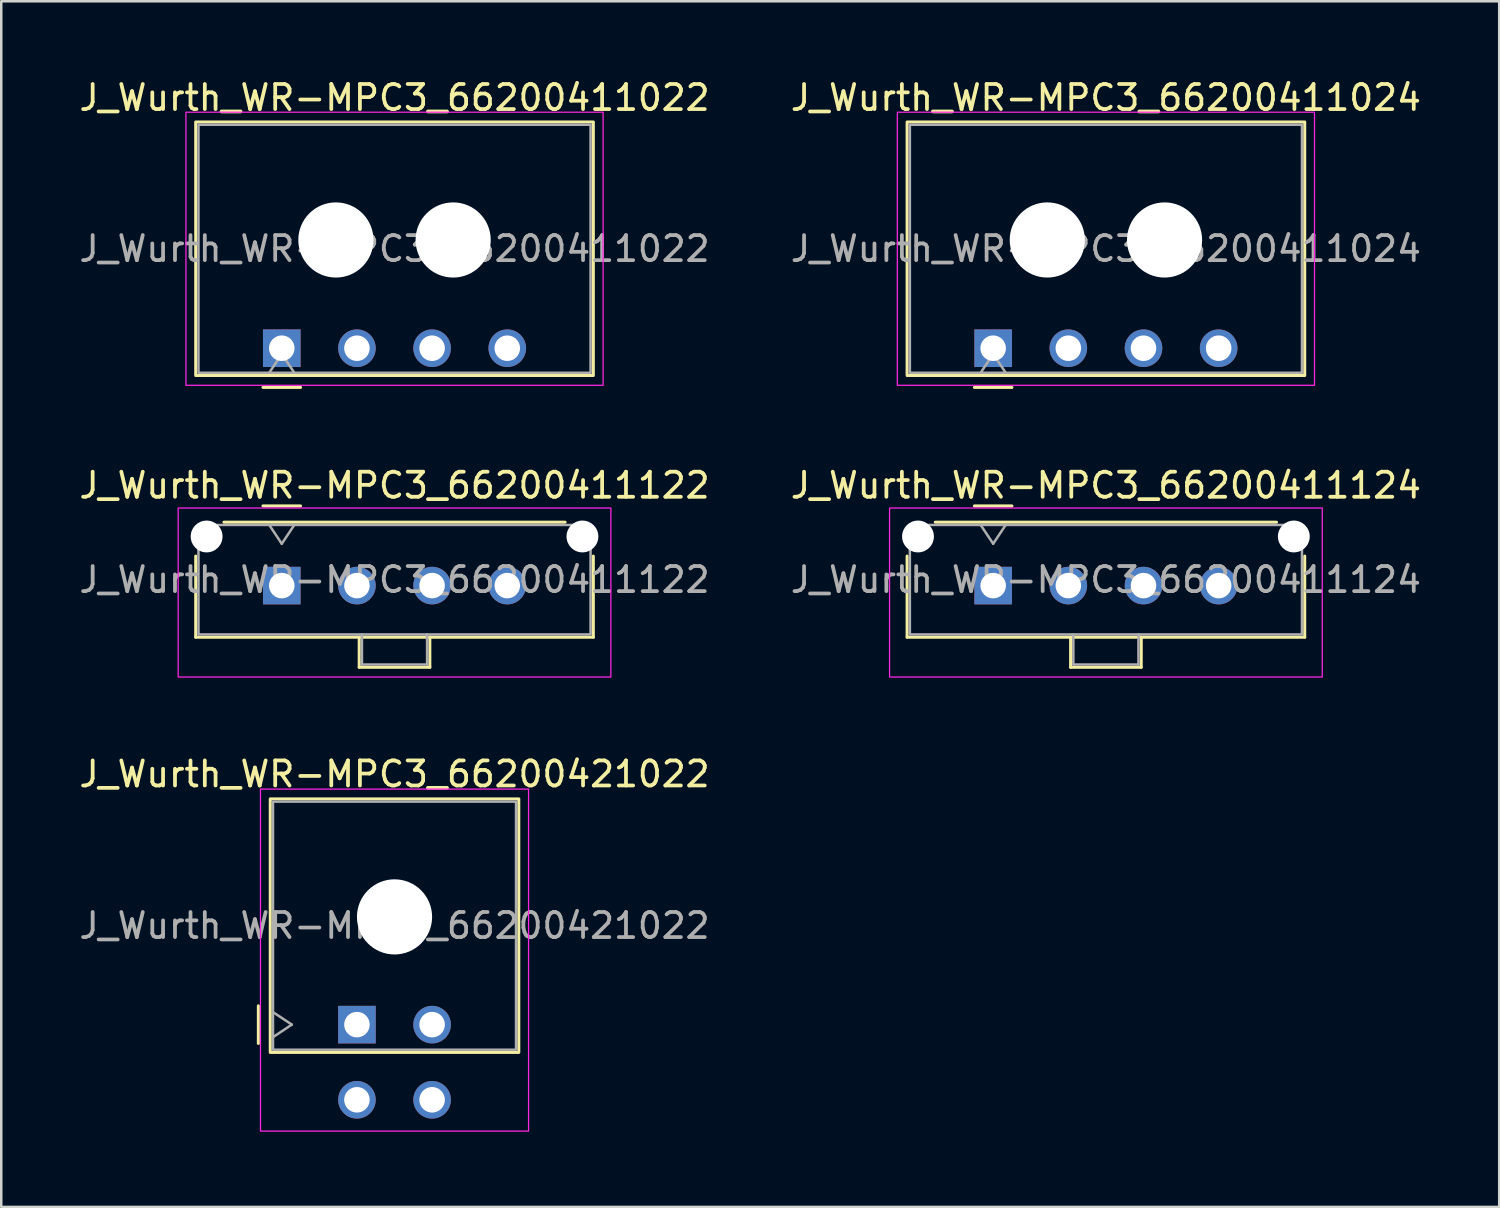
<source format=kicad_pcb>
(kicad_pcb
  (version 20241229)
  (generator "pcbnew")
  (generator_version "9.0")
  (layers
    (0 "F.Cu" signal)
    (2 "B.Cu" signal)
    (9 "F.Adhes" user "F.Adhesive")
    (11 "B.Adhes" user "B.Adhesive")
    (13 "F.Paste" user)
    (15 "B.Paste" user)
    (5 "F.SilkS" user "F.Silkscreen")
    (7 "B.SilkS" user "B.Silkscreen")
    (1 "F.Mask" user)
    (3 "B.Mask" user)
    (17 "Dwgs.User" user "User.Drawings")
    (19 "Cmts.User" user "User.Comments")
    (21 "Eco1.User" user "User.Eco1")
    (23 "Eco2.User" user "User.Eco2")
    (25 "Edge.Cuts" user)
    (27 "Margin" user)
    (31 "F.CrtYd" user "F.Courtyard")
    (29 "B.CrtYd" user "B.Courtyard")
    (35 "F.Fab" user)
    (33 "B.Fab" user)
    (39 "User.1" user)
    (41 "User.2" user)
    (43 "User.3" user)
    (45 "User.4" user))
  (footprint "J_Wurth_WR-MPC3_66200411024"
    (layer "F.Cu")
    (at 36.589 10.848)
    (property "Reference" "J_Wurth_WR-MPC3_66200411024" (at 4.5 -10 0) (unlocked yes) (layer "F.SilkS") (effects (font (size 1 1) (thickness 0.15))))
    (attr through_hole)
    (fp_line (start -0.75 1.565) (end 0.75 1.565) (stroke (width 0.12) (type solid)) (layer "F.SilkS"))
    (fp_rect (start -3.435 -9.03) (end 12.435 1.09) (stroke (width 0.12) (type solid)) (fill no) (layer "F.SilkS"))
    (fp_rect (start -3.825 -9.42) (end 12.825 1.48) (stroke (width 0.05) (type solid)) (fill no) (layer "F.CrtYd"))
    (fp_line (start 0 0.23) (end -0.5 0.98) (stroke (width 0.1) (type solid)) (layer "F.Fab"))
    (fp_line (start 0 0.23) (end 0.5 0.98) (stroke (width 0.1) (type solid)) (layer "F.Fab"))
    (fp_rect (start -3.325 -8.92) (end 12.325 0.98) (stroke (width 0.1) (type solid)) (fill no) (layer "F.Fab"))
    (fp_text user "${REFERENCE}" (at 4.5 -3.97 0) (unlocked yes) (layer "F.Fab") (effects (font (size 1 1) (thickness 0.15))))
    (pad "" np_thru_hole circle (at 2.16 -4.32 180) (size 3 3) (drill 3) (layers "*.Cu" "*.Mask"))
    (pad "" np_thru_hole circle (at 6.84 -4.32 180) (size 3 3) (drill 3) (layers "*.Cu" "*.Mask"))
    (pad "1" thru_hole rect (at 0 0 180) (size 1.5 1.5) (drill 1.02) (layers "*.Cu" "*.Mask"))
    (pad "2" thru_hole circle (at 3 0 180) (size 1.5 1.5) (drill 1.02) (layers "*.Cu" "*.Mask"))
    (pad "3" thru_hole circle (at 6 0 180) (size 1.5 1.5) (drill 1.02) (layers "*.Cu" "*.Mask"))
    (pad "4" thru_hole circle (at 9 0 180) (size 1.5 1.5) (drill 1.02) (layers "*.Cu" "*.Mask")))
  (footprint "J_Wurth_WR-MPC3_66200411122"
    (layer "F.Cu")
    (at 8.196 20.322)
    (property "Reference" "J_Wurth_WR-MPC3_66200411122" (at 4.5 -4 0) (unlocked yes) (layer "F.SilkS") (effects (font (size 1 1) (thickness 0.15))))
    (attr through_hole)
    (fp_line (start -3.435 2.06) (end -3.435 -1.178) (stroke (width 0.12) (type default)) (layer "F.SilkS"))
    (fp_line (start -2.31 -2.53) (end 11.31 -2.53) (stroke (width 0.12) (type solid)) (layer "F.SilkS"))
    (fp_line (start -0.75 -3.18) (end 0.75 -3.18) (stroke (width 0.12) (type solid)) (layer "F.SilkS"))
    (fp_line (start 3.09 2.06) (end 3.09 3.26) (stroke (width 0.12) (type default)) (layer "F.SilkS"))
    (fp_line (start 3.09 3.26) (end 5.91 3.26) (stroke (width 0.12) (type default)) (layer "F.SilkS"))
    (fp_line (start 5.91 3.26) (end 5.91 2.06) (stroke (width 0.12) (type default)) (layer "F.SilkS"))
    (fp_line (start 12.435 -1.178) (end 12.435 2.06) (stroke (width 0.12) (type solid)) (layer "F.SilkS"))
    (fp_line (start 12.435 2.06) (end -3.435 2.06) (stroke (width 0.12) (type default)) (layer "F.SilkS"))
    (fp_rect (start -4.135 -3.095) (end 13.135 3.65) (stroke (width 0.05) (type solid)) (fill no) (layer "F.CrtYd"))
    (fp_line (start 0 -1.67) (end -0.5 -2.42) (stroke (width 0.1) (type solid)) (layer "F.Fab"))
    (fp_line (start 0 -1.67) (end 0.5 -2.42) (stroke (width 0.1) (type solid)) (layer "F.Fab"))
    (fp_line (start 3.2 1.95) (end 3.2 3.15) (stroke (width 0.1) (type solid)) (layer "F.Fab"))
    (fp_line (start 3.2 3.15) (end 5.8 3.15) (stroke (width 0.1) (type solid)) (layer "F.Fab"))
    (fp_line (start 5.8 1.95) (end 5.8 3.15) (stroke (width 0.1) (type solid)) (layer "F.Fab"))
    (fp_rect (start -3.325 -2.42) (end 12.325 1.95) (stroke (width 0.1) (type solid)) (fill no) (layer "F.Fab"))
    (fp_text user "${REFERENCE}" (at 4.5 -0.235 0) (unlocked yes) (layer "F.Fab") (effects (font (size 1 1) (thickness 0.15))))
    (pad "" np_thru_hole circle (at -3 -1.96 180) (size 1.27 1.27) (drill 1.27) (layers "*.Cu" "*.Mask"))
    (pad "" np_thru_hole circle (at 12 -1.96 180) (size 1.27 1.27) (drill 1.27) (layers "*.Cu" "*.Mask"))
    (pad "1" thru_hole rect (at 0 0 180) (size 1.5 1.5) (drill 1.02) (layers "*.Cu" "*.Mask"))
    (pad "2" thru_hole circle (at 3 0 180) (size 1.5 1.5) (drill 1.02) (layers "*.Cu" "*.Mask"))
    (pad "3" thru_hole circle (at 6 0 180) (size 1.5 1.5) (drill 1.02) (layers "*.Cu" "*.Mask"))
    (pad "4" thru_hole circle (at 9 0 180) (size 1.5 1.5) (drill 1.02) (layers "*.Cu" "*.Mask")))
  (footprint "J_Wurth_WR-MPC3_66200411124"
    (layer "F.Cu")
    (at 36.589 20.322)
    (property "Reference" "J_Wurth_WR-MPC3_66200411124" (at 4.5 -4 0) (unlocked yes) (layer "F.SilkS") (effects (font (size 1 1) (thickness 0.15))))
    (attr through_hole)
    (fp_line (start -3.435 2.06) (end -3.435 -1.178) (stroke (width 0.12) (type default)) (layer "F.SilkS"))
    (fp_line (start -2.31 -2.53) (end 11.31 -2.53) (stroke (width 0.12) (type solid)) (layer "F.SilkS"))
    (fp_line (start -0.75 -3.18) (end 0.75 -3.18) (stroke (width 0.12) (type solid)) (layer "F.SilkS"))
    (fp_line (start 3.09 2.06) (end 3.09 3.26) (stroke (width 0.12) (type default)) (layer "F.SilkS"))
    (fp_line (start 3.09 3.26) (end 5.91 3.26) (stroke (width 0.12) (type default)) (layer "F.SilkS"))
    (fp_line (start 5.91 3.26) (end 5.91 2.06) (stroke (width 0.12) (type default)) (layer "F.SilkS"))
    (fp_line (start 12.435 -1.178) (end 12.435 2.06) (stroke (width 0.12) (type solid)) (layer "F.SilkS"))
    (fp_line (start 12.435 2.06) (end -3.435 2.06) (stroke (width 0.12) (type default)) (layer "F.SilkS"))
    (fp_rect (start -4.135 -3.095) (end 13.135 3.65) (stroke (width 0.05) (type solid)) (fill no) (layer "F.CrtYd"))
    (fp_line (start 0 -1.67) (end -0.5 -2.42) (stroke (width 0.1) (type solid)) (layer "F.Fab"))
    (fp_line (start 0 -1.67) (end 0.5 -2.42) (stroke (width 0.1) (type solid)) (layer "F.Fab"))
    (fp_line (start 3.2 1.95) (end 3.2 3.15) (stroke (width 0.1) (type solid)) (layer "F.Fab"))
    (fp_line (start 3.2 3.15) (end 5.8 3.15) (stroke (width 0.1) (type solid)) (layer "F.Fab"))
    (fp_line (start 5.8 1.95) (end 5.8 3.15) (stroke (width 0.1) (type solid)) (layer "F.Fab"))
    (fp_rect (start -3.325 -2.42) (end 12.325 1.95) (stroke (width 0.1) (type solid)) (fill no) (layer "F.Fab"))
    (fp_text user "${REFERENCE}" (at 4.5 -0.235 0) (unlocked yes) (layer "F.Fab") (effects (font (size 1 1) (thickness 0.15))))
    (pad "" np_thru_hole circle (at -3 -1.96 180) (size 1.27 1.27) (drill 1.27) (layers "*.Cu" "*.Mask"))
    (pad "" np_thru_hole circle (at 12 -1.96 180) (size 1.27 1.27) (drill 1.27) (layers "*.Cu" "*.Mask"))
    (pad "1" thru_hole rect (at 0 0 180) (size 1.5 1.5) (drill 1.02) (layers "*.Cu" "*.Mask"))
    (pad "2" thru_hole circle (at 3 0 180) (size 1.5 1.5) (drill 1.02) (layers "*.Cu" "*.Mask"))
    (pad "3" thru_hole circle (at 6 0 180) (size 1.5 1.5) (drill 1.02) (layers "*.Cu" "*.Mask"))
    (pad "4" thru_hole circle (at 9 0 180) (size 1.5 1.5) (drill 1.02) (layers "*.Cu" "*.Mask")))
  (footprint "J_Wurth_WR-MPC3_66200421022"
    (layer "F.Cu")
    (at 11.196 37.845)
    (property "Reference" "J_Wurth_WR-MPC3_66200421022" (at 1.5 -10 0) (unlocked yes) (layer "F.SilkS") (effects (font (size 1 1) (thickness 0.15))))
    (attr through_hole)
    (fp_line (start -3.935 -0.75) (end -3.935 0.75) (stroke (width 0.12) (type solid)) (layer "F.SilkS"))
    (fp_rect (start -3.46 -9.01) (end 6.46 1.11) (stroke (width 0.12) (type solid)) (fill no) (layer "F.SilkS"))
    (fp_rect (start -3.85 -9.4) (end 6.85 4.25) (stroke (width 0.05) (type solid)) (fill no) (layer "F.CrtYd"))
    (fp_line (start -2.6 0) (end -3.35 -0.5) (stroke (width 0.1) (type solid)) (layer "F.Fab"))
    (fp_line (start -2.6 0) (end -3.35 0.5) (stroke (width 0.1) (type solid)) (layer "F.Fab"))
    (fp_rect (start -3.35 -8.9) (end 6.35 1) (stroke (width 0.1) (type solid)) (fill no) (layer "F.Fab"))
    (fp_text user "${REFERENCE}" (at 1.5 -3.95 0) (unlocked yes) (layer "F.Fab") (effects (font (size 1 1) (thickness 0.15))))
    (pad "" np_thru_hole circle (at 1.5 -4.3 180) (size 3 3) (drill 3) (layers "*.Cu" "*.Mask"))
    (pad "1" thru_hole rect (at 0 0 180) (size 1.5 1.5) (drill 1.02) (layers "*.Cu" "*.Mask"))
    (pad "2" thru_hole circle (at 3 0 180) (size 1.5 1.5) (drill 1.02) (layers "*.Cu" "*.Mask"))
    (pad "3" thru_hole circle (at 0 3 180) (size 1.5 1.5) (drill 1.02) (layers "*.Cu" "*.Mask"))
    (pad "4" thru_hole circle (at 3 3 180) (size 1.5 1.5) (drill 1.02) (layers "*.Cu" "*.Mask")))
  (footprint "J_Wurth_WR-MPC3_66200411022"
    (layer "F.Cu")
    (at 8.196 10.848)
    (property "Reference" "J_Wurth_WR-MPC3_66200411022" (at 4.5 -10 0) (unlocked yes) (layer "F.SilkS") (effects (font (size 1 1) (thickness 0.15))))
    (attr through_hole)
    (fp_line (start -0.75 1.565) (end 0.75 1.565) (stroke (width 0.12) (type solid)) (layer "F.SilkS"))
    (fp_rect (start -3.435 -9.03) (end 12.435 1.09) (stroke (width 0.12) (type solid)) (fill no) (layer "F.SilkS"))
    (fp_rect (start -3.825 -9.42) (end 12.825 1.48) (stroke (width 0.05) (type solid)) (fill no) (layer "F.CrtYd"))
    (fp_line (start 0 0.23) (end -0.5 0.98) (stroke (width 0.1) (type solid)) (layer "F.Fab"))
    (fp_line (start 0 0.23) (end 0.5 0.98) (stroke (width 0.1) (type solid)) (layer "F.Fab"))
    (fp_rect (start -3.325 -8.92) (end 12.325 0.98) (stroke (width 0.1) (type solid)) (fill no) (layer "F.Fab"))
    (fp_text user "${REFERENCE}" (at 4.5 -3.97 0) (unlocked yes) (layer "F.Fab") (effects (font (size 1 1) (thickness 0.15))))
    (pad "" np_thru_hole circle (at 2.16 -4.32 180) (size 3 3) (drill 3) (layers "*.Cu" "*.Mask"))
    (pad "" np_thru_hole circle (at 6.84 -4.32 180) (size 3 3) (drill 3) (layers "*.Cu" "*.Mask"))
    (pad "1" thru_hole rect (at 0 0 180) (size 1.5 1.5) (drill 1.02) (layers "*.Cu" "*.Mask"))
    (pad "2" thru_hole circle (at 3 0 180) (size 1.5 1.5) (drill 1.02) (layers "*.Cu" "*.Mask"))
    (pad "3" thru_hole circle (at 6 0 180) (size 1.5 1.5) (drill 1.02) (layers "*.Cu" "*.Mask"))
    (pad "4" thru_hole circle (at 9 0 180) (size 1.5 1.5) (drill 1.02) (layers "*.Cu" "*.Mask")))
  (gr_rect
    (start -3 -3)
    (end 56.786 45.12)
    (stroke (width 0.1) (type default))
    (fill no)
    (layer "Edge.Cuts")))
</source>
